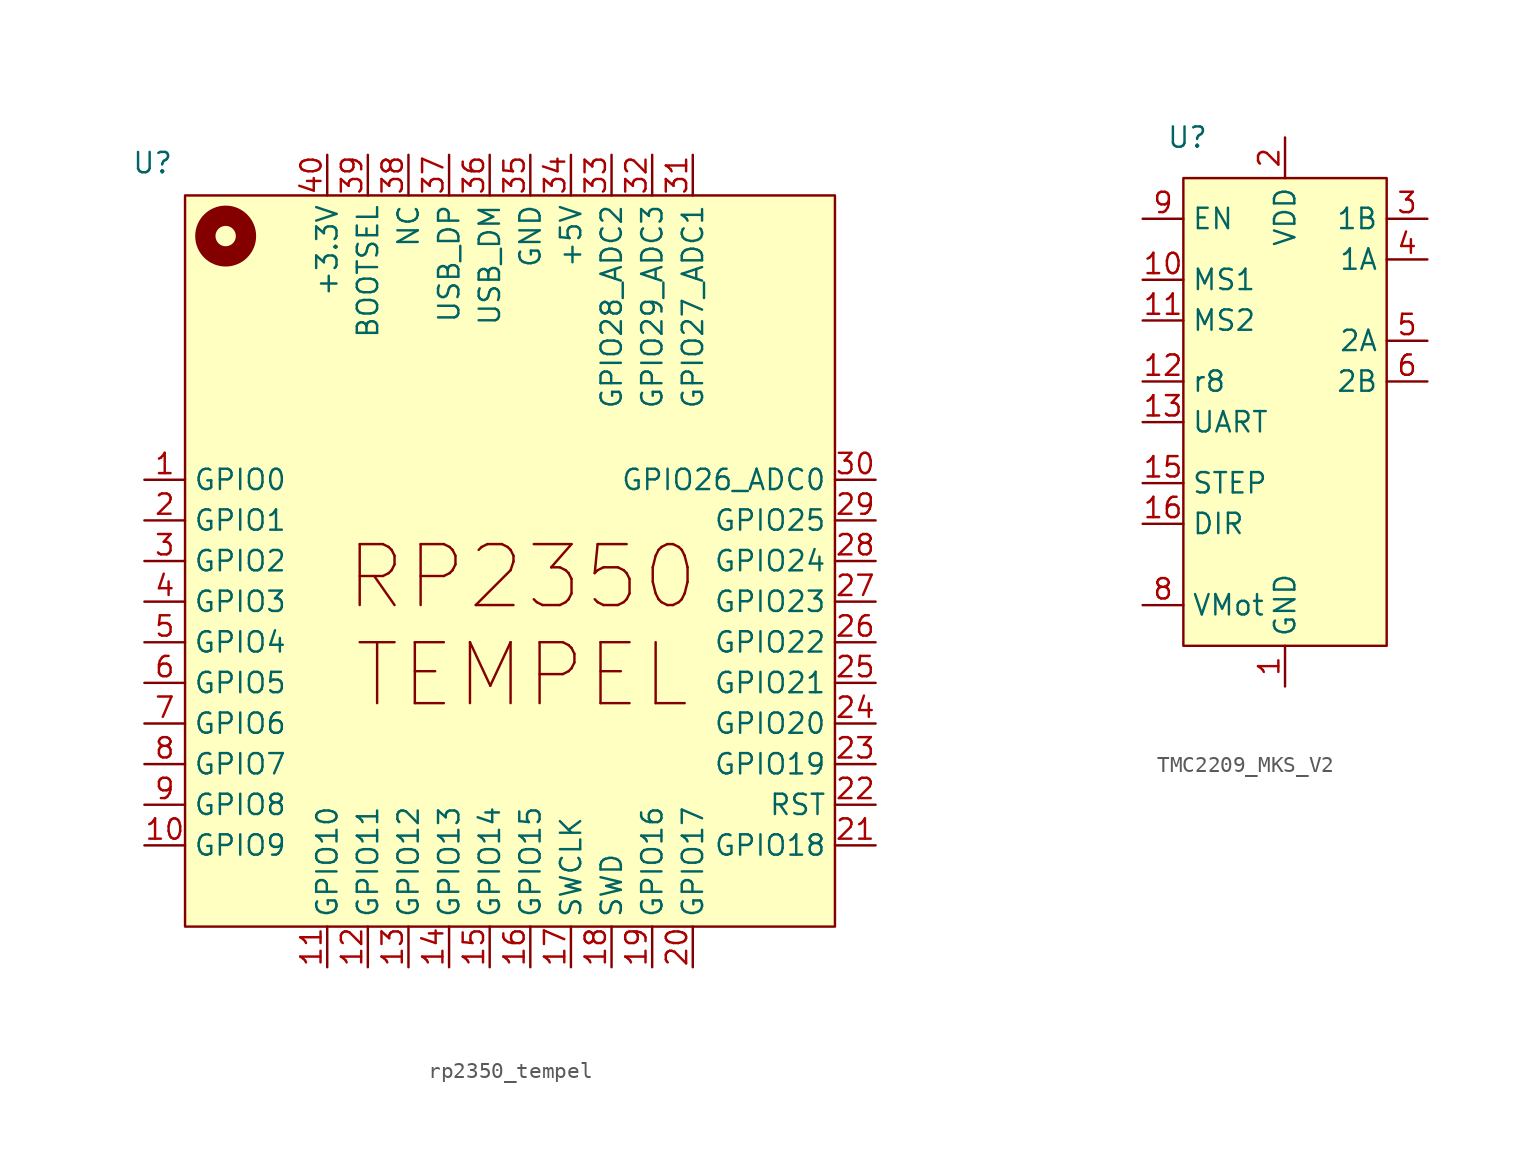
<source format=kicad_sym>
(kicad_symbol_lib
  (version 20231120)
  (generator "kicad_symbol_editor")
  (generator_version "8.0")
  (symbol "rp2350_tempel"
    (property "Reference" "U"
      (at -2.032 5.842 0)
      (effects (font (size 1.27 1.27))))
    (property "Value" ""
      (at -2.54 -13.97 0)
      (effects (font (size 1.27 1.27))))
    (symbol "rp2350_tempel_0_0"
      (pin unspecified line (at -2.54 -13.97 0) (length 2.54) (name "GPIO0" (effects (font (size 1.27 1.27)))) (number "1" (effects (font (size 1.27 1.27)))))
      (pin unspecified line (at -2.54 -36.83 0) (length 2.54) (name "GPIO9" (effects (font (size 1.27 1.27)))) (number "10" (effects (font (size 1.27 1.27)))))
      (pin unspecified line (at 8.89 -44.45 90) (length 2.54) (name "GPIO10" (effects (font (size 1.27 1.27)))) (number "11" (effects (font (size 1.27 1.27)))))
      (pin unspecified line (at 11.43 -44.45 90) (length 2.54) (name "GPIO11" (effects (font (size 1.27 1.27)))) (number "12" (effects (font (size 1.27 1.27)))))
      (pin unspecified line (at 13.97 -44.45 90) (length 2.54) (name "GPIO12" (effects (font (size 1.27 1.27)))) (number "13" (effects (font (size 1.27 1.27)))))
      (pin unspecified line (at 16.51 -44.45 90) (length 2.54) (name "GPIO13" (effects (font (size 1.27 1.27)))) (number "14" (effects (font (size 1.27 1.27)))))
      (pin unspecified line (at 19.05 -44.45 90) (length 2.54) (name "GPIO14" (effects (font (size 1.27 1.27)))) (number "15" (effects (font (size 1.27 1.27)))))
      (pin unspecified line (at 21.59 -44.45 90) (length 2.54) (name "GPIO15" (effects (font (size 1.27 1.27)))) (number "16" (effects (font (size 1.27 1.27)))))
      (pin unspecified line (at 24.13 -44.45 90) (length 2.54) (name "SWCLK" (effects (font (size 1.27 1.27)))) (number "17" (effects (font (size 1.27 1.27)))))
      (pin unspecified line (at 26.67 -44.45 90) (length 2.54) (name "SWD" (effects (font (size 1.27 1.27)))) (number "18" (effects (font (size 1.27 1.27)))))
      (pin unspecified line (at 29.21 -44.45 90) (length 2.54) (name "GPIO16" (effects (font (size 1.27 1.27)))) (number "19" (effects (font (size 1.27 1.27)))))
      (pin unspecified line (at -2.54 -16.51 0) (length 2.54) (name "GPIO1" (effects (font (size 1.27 1.27)))) (number "2" (effects (font (size 1.27 1.27)))))
      (pin unspecified line (at 31.75 -44.45 90) (length 2.54) (name "GPIO17" (effects (font (size 1.27 1.27)))) (number "20" (effects (font (size 1.27 1.27)))))
      (pin unspecified line (at 43.18 -36.83 180) (length 2.54) (name "GPIO18" (effects (font (size 1.27 1.27)))) (number "21" (effects (font (size 1.27 1.27)))))
      (pin unspecified line (at 43.18 -34.29 180) (length 2.54) (name "RST" (effects (font (size 1.27 1.27)))) (number "22" (effects (font (size 1.27 1.27)))))
      (pin unspecified line (at 43.18 -31.75 180) (length 2.54) (name "GPIO19" (effects (font (size 1.27 1.27)))) (number "23" (effects (font (size 1.27 1.27)))))
      (pin unspecified line (at 43.18 -29.21 180) (length 2.54) (name "GPIO20" (effects (font (size 1.27 1.27)))) (number "24" (effects (font (size 1.27 1.27)))))
      (pin unspecified line (at 43.18 -26.67 180) (length 2.54) (name "GPIO21" (effects (font (size 1.27 1.27)))) (number "25" (effects (font (size 1.27 1.27)))))
      (pin unspecified line (at 43.18 -24.13 180) (length 2.54) (name "GPIO22" (effects (font (size 1.27 1.27)))) (number "26" (effects (font (size 1.27 1.27)))))
      (pin unspecified line (at 43.18 -21.59 180) (length 2.54) (name "GPIO23" (effects (font (size 1.27 1.27)))) (number "27" (effects (font (size 1.27 1.27)))))
      (pin unspecified line (at 43.18 -19.05 180) (length 2.54) (name "GPIO24" (effects (font (size 1.27 1.27)))) (number "28" (effects (font (size 1.27 1.27)))))
      (pin unspecified line (at 43.18 -16.51 180) (length 2.54) (name "GPIO25" (effects (font (size 1.27 1.27)))) (number "29" (effects (font (size 1.27 1.27)))))
      (pin unspecified line (at -2.54 -19.05 0) (length 2.54) (name "GPIO2" (effects (font (size 1.27 1.27)))) (number "3" (effects (font (size 1.27 1.27)))))
      (pin unspecified line (at 43.18 -13.97 180) (length 2.54) (name "GPIO26_ADC0" (effects (font (size 1.27 1.27)))) (number "30" (effects (font (size 1.27 1.27)))))
      (pin unspecified line (at 31.75 6.35 270) (length 2.54) (name "GPIO27_ADC1" (effects (font (size 1.27 1.27)))) (number "31" (effects (font (size 1.27 1.27)))))
      (pin unspecified line (at 29.21 6.35 270) (length 2.54) (name "GPIO29_ADC3" (effects (font (size 1.27 1.27)))) (number "32" (effects (font (size 1.27 1.27)))))
      (pin unspecified line (at 26.67 6.35 270) (length 2.54) (name "GPIO28_ADC2" (effects (font (size 1.27 1.27)))) (number "33" (effects (font (size 1.27 1.27)))))
      (pin unspecified line (at 24.13 6.35 270) (length 2.54) (name "+5V" (effects (font (size 1.27 1.27)))) (number "34" (effects (font (size 1.27 1.27)))))
      (pin unspecified line (at 21.59 6.35 270) (length 2.54) (name "GND" (effects (font (size 1.27 1.27)))) (number "35" (effects (font (size 1.27 1.27)))))
      (pin unspecified line (at 19.05 6.35 270) (length 2.54) (name "USB_DM" (effects (font (size 1.27 1.27)))) (number "36" (effects (font (size 1.27 1.27)))))
      (pin unspecified line (at 16.51 6.35 270) (length 2.54) (name "USB_DP" (effects (font (size 1.27 1.27)))) (number "37" (effects (font (size 1.27 1.27)))))
      (pin unspecified line (at 13.97 6.35 270) (length 2.54) (name "NC" (effects (font (size 1.27 1.27)))) (number "38" (effects (font (size 1.27 1.27)))))
      (pin unspecified line (at 11.43 6.35 270) (length 2.54) (name "BOOTSEL" (effects (font (size 1.27 1.27)))) (number "39" (effects (font (size 1.27 1.27)))))
      (pin unspecified line (at -2.54 -21.59 0) (length 2.54) (name "GPIO3" (effects (font (size 1.27 1.27)))) (number "4" (effects (font (size 1.27 1.27)))))
      (pin unspecified line (at 8.89 6.35 270) (length 2.54) (name "+3.3V" (effects (font (size 1.27 1.27)))) (number "40" (effects (font (size 1.27 1.27)))))
      (pin unspecified line (at -2.54 -24.13 0) (length 2.54) (name "GPIO4" (effects (font (size 1.27 1.27)))) (number "5" (effects (font (size 1.27 1.27)))))
      (pin unspecified line (at -2.54 -26.67 0) (length 2.54) (name "GPIO5" (effects (font (size 1.27 1.27)))) (number "6" (effects (font (size 1.27 1.27)))))
      (pin unspecified line (at -2.54 -29.21 0) (length 2.54) (name "GPIO6" (effects (font (size 1.27 1.27)))) (number "7" (effects (font (size 1.27 1.27)))))
      (pin unspecified line (at -2.54 -31.75 0) (length 2.54) (name "GPIO7" (effects (font (size 1.27 1.27)))) (number "8" (effects (font (size 1.27 1.27)))))
      (pin unspecified line (at -2.54 -34.29 0) (length 2.54) (name "GPIO8" (effects (font (size 1.27 1.27)))) (number "9" (effects (font (size 1.27 1.27))))))
    (symbol "rp2350_tempel_1_1"
      (rectangle (start 0 3.81) (end 40.64 -41.91) (stroke (width 0) (type default)) (fill (type background)))
      (circle (center 2.54 1.27) (radius 1.27) (stroke (width 1.27) (type default)) (fill (type none)))
      (text "RP2350\nTEMPEL" (at 21.082 -23.114 0) (effects (font (size 3.81 3.81))))))
  (symbol "TMC2209_MKS_V2"
    (property "Reference" "U"
      (at 0.254 15.24 0)
      (effects (font (size 1.27 1.27))))
    (property "Value" ""
      (at -7.62 11.43 0)
      (effects (font (size 1.27 1.27))))
    (symbol "TMC2209_MKS_V2_0_0"
      (pin power_in line (at 6.35 -19.05 90) (length 2.54) (name "GND" (effects (font (size 1.27 1.27)))) (number "1" (effects (font (size 1.27 1.27)))))
      (pin passive line (at -2.54 6.35 0) (length 2.54) (name "MS1" (effects (font (size 1.27 1.27)))) (number "10" (effects (font (size 1.27 1.27)))))
      (pin passive line (at -2.54 3.81 0) (length 2.54) (name "MS2" (effects (font (size 1.27 1.27)))) (number "11" (effects (font (size 1.27 1.27)))))
      (pin passive line (at -2.54 0 0) (length 2.54) (name "r8" (effects (font (size 1.27 1.27)))) (number "12" (effects (font (size 1.27 1.27)))))
      (pin passive line (at -2.54 -2.54 0) (length 2.54) (name "UART" (effects (font (size 1.27 1.27)))) (number "13" (effects (font (size 1.27 1.27)))))
      (pin passive line (at -2.54 -6.35 0) (length 2.54) (name "STEP" (effects (font (size 1.27 1.27)))) (number "15" (effects (font (size 1.27 1.27)))))
      (pin passive line (at -2.54 -8.89 0) (length 2.54) (name "DIR" (effects (font (size 1.27 1.27)))) (number "16" (effects (font (size 1.27 1.27)))))
      (pin power_in line (at 6.35 15.24 270) (length 2.54) (name "VDD" (effects (font (size 1.27 1.27)))) (number "2" (effects (font (size 1.27 1.27)))))
      (pin output line (at 15.24 10.16 180) (length 2.54) (name "1B" (effects (font (size 1.27 1.27)))) (number "3" (effects (font (size 1.27 1.27)))))
      (pin output line (at 15.24 7.62 180) (length 2.54) (name "1A" (effects (font (size 1.27 1.27)))) (number "4" (effects (font (size 1.27 1.27)))))
      (pin output line (at 15.24 2.54 180) (length 2.54) (name "2A" (effects (font (size 1.27 1.27)))) (number "5" (effects (font (size 1.27 1.27)))))
      (pin output line (at 15.24 0 180) (length 2.54) (name "2B" (effects (font (size 1.27 1.27)))) (number "6" (effects (font (size 1.27 1.27)))))
      (pin passive line (at -2.54 10.16 0) (length 2.54) (name "EN" (effects (font (size 1.27 1.27)))) (number "9" (effects (font (size 1.27 1.27))))))
    (symbol "TMC2209_MKS_V2_1_0"
      (pin passive line (at -2.54 -13.97 0) (length 2.54) (name "VMot" (effects (font (size 1.27 1.27)))) (number "8" (effects (font (size 1.27 1.27))))))
    (symbol "TMC2209_MKS_V2_1_1"
      (rectangle (start 0 12.7) (end 12.7 -16.51) (stroke (width 0) (type default)) (fill (type background))))))
</source>
